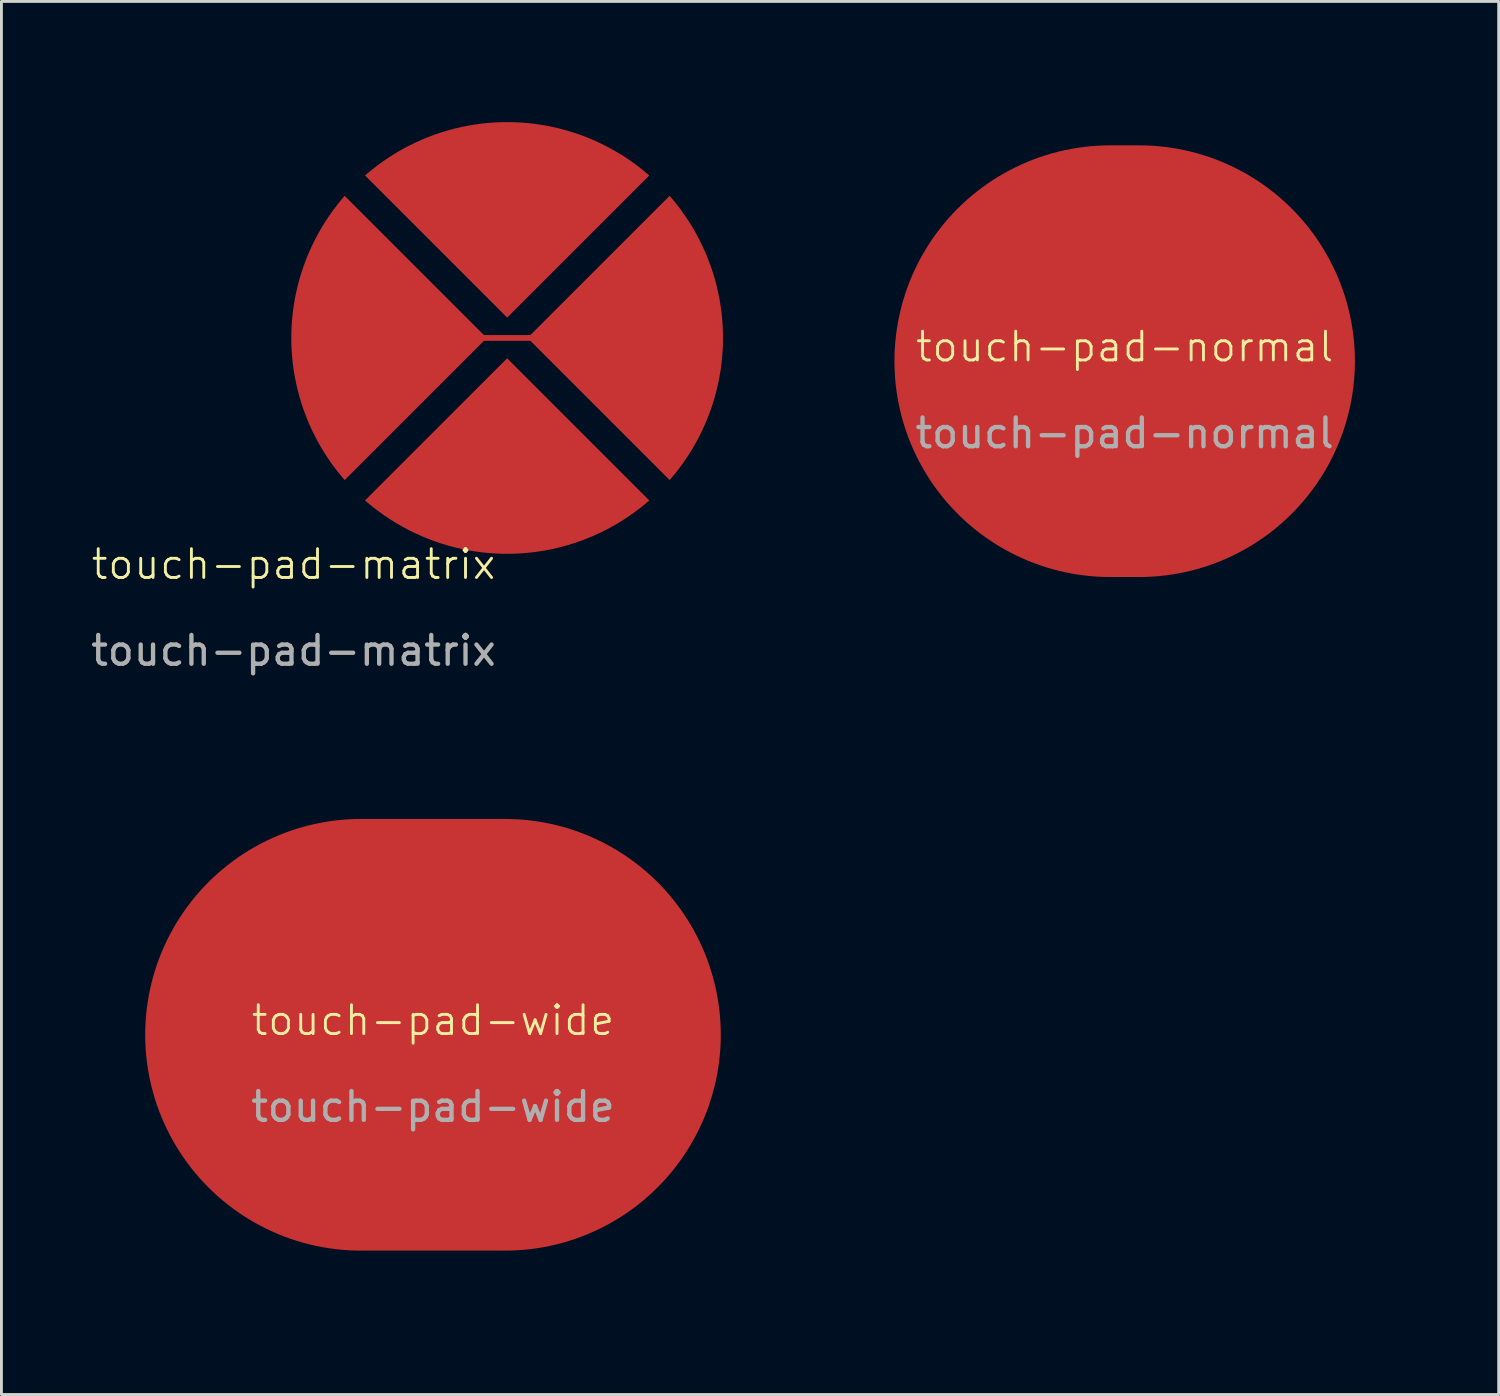
<source format=kicad_pcb>
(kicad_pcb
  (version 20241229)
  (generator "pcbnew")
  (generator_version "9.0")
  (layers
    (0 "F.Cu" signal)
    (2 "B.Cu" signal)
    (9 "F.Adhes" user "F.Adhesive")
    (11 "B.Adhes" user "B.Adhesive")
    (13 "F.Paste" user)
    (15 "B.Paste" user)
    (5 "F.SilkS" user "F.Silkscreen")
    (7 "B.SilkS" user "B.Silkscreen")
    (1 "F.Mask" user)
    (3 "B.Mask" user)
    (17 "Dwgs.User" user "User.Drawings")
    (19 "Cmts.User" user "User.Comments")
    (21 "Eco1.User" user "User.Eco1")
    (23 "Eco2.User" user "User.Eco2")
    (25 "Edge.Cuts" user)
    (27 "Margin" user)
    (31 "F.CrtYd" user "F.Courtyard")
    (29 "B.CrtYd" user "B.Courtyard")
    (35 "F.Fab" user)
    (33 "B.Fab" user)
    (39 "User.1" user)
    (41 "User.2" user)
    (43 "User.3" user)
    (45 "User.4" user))
  (footprint "touch-pad-wide"
    (layer "F.Cu")
    (at 11.995 32.906)
    (property "Reference" "touch-pad-wide" (at 0 -0.5 0) (unlocked yes) (layer "F.SilkS") (effects (font (size 1 1) (thickness 0.1))))
    (attr smd)
    (fp_text user "${REFERENCE}" (at 0 2.5 0) (unlocked yes) (layer "F.Fab") (effects (font (size 1 1) (thickness 0.15))))
    (pad "1" smd oval (at 0 0) (size 20 15) (layers "F.Cu"))
    (zone (net_name "") (layers "F.Cu" "B.Cu") (hatch edge 0.5) (connect_pads) (min_thickness 0.25) (filled_areas_thickness no) (keepout (tracks allowed) (vias allowed) (pads allowed) (copperpour not_allowed) (footprints allowed)) (placement (enabled no)) (fill) (polygon (pts (xy 14.531 23.407) (xy 14.799 23.411) (xy 14.906 23.416) (xy 15.44 23.454) (xy 15.582 23.47) (xy 16.111 23.546) (xy 16.252 23.571) (xy 16.775 23.685) (xy 16.913 23.72) (xy 17.427 23.871) (xy 17.563 23.916) (xy 18.064 24.103) (xy 18.196 24.158) (xy 18.683 24.38) (xy 18.811 24.444) (xy 19.281 24.701) (xy 19.404 24.774) (xy 19.854 25.063) (xy 19.971 25.145) (xy 20.4 25.465) (xy 20.511 25.555) (xy 20.916 25.906) (xy 21.02 26.003) (xy 21.399 26.381) (xy 21.496 26.486) (xy 21.847 26.891) (xy 21.936 27.002) (xy 22.257 27.43) (xy 22.338 27.548) (xy 22.628 27.998) (xy 22.701 28.121) (xy 22.957 28.591) (xy 23.021 28.718) (xy 23.244 29.205) (xy 23.298 29.337) (xy 23.485 29.839) (xy 23.53 29.974) (xy 23.681 30.488) (xy 23.717 30.626) (xy 23.83 31.149) (xy 23.856 31.29) (xy 23.932 31.82) (xy 23.947 31.962) (xy 23.985 32.496) (xy 23.99 32.639) (xy 23.99 33.174) (xy 23.985 33.317) (xy 23.947 33.851) (xy 23.932 33.993) (xy 23.856 34.523) (xy 23.83 34.663) (xy 23.717 35.186) (xy 23.681 35.325) (xy 23.53 35.838) (xy 23.485 35.974) (xy 23.298 36.475) (xy 23.244 36.607) (xy 23.021 37.094) (xy 22.957 37.222) (xy 22.701 37.692) (xy 22.628 37.815) (xy 22.338 38.265) (xy 22.257 38.382) (xy 21.936 38.811) (xy 21.847 38.922) (xy 21.496 39.327) (xy 21.399 39.431) (xy 21.02 39.81) (xy 20.916 39.907) (xy 20.511 40.258) (xy 20.4 40.347) (xy 19.971 40.668) (xy 19.854 40.749) (xy 19.404 41.039) (xy 19.281 41.112) (xy 18.811 41.368) (xy 18.683 41.432) (xy 18.196 41.655) (xy 18.064 41.709) (xy 17.563 41.896) (xy 17.427 41.941) (xy 16.913 42.092) (xy 16.775 42.128) (xy 16.252 42.241) (xy 16.111 42.267) (xy 15.582 42.343) (xy 15.44 42.358) (xy 14.906 42.396) (xy 14.765 42.401) (xy 9.497 42.406) (xy 9.46 42.406) (xy 9.192 42.401) (xy 9.085 42.396) (xy 8.551 42.358) (xy 8.409 42.343) (xy 7.879 42.267) (xy 7.738 42.241) (xy 7.215 42.128) (xy 7.077 42.092) (xy 6.563 41.941) (xy 6.428 41.896) (xy 5.926 41.709) (xy 5.794 41.655) (xy 5.307 41.432) (xy 5.18 41.368) (xy 4.71 41.112) (xy 4.587 41.039) (xy 4.137 40.749) (xy 4.019 40.668) (xy 3.591 40.347) (xy 3.479 40.258) (xy 3.075 39.907) (xy 2.97 39.81) (xy 2.592 39.431) (xy 2.495 39.327) (xy 2.144 38.922) (xy 2.054 38.811) (xy 1.733 38.382) (xy 1.652 38.265) (xy 1.363 37.815) (xy 1.29 37.692) (xy 1.033 37.222) (xy 0.969 37.094) (xy 0.747 36.607) (xy 0.692 36.475) (xy 0.505 35.974) (xy 0.46 35.838) (xy 0.309 35.325) (xy 0.274 35.186) (xy 0.16 34.663) (xy 0.135 34.523) (xy 0.059 33.993) (xy 0.043 33.851) (xy 0.005 33.317) (xy 0 33.174) (xy 0 32.639) (xy 0.005 32.496) (xy 0.043 31.962) (xy 0.059 31.82) (xy 0.135 31.29) (xy 0.16 31.149) (xy 0.274 30.626) (xy 0.309 30.488) (xy 0.46 29.974) (xy 0.505 29.839) (xy 0.692 29.337) (xy 0.747 29.205) (xy 0.969 28.718) (xy 1.033 28.591) (xy 1.29 28.121) (xy 1.363 27.998) (xy 1.652 27.548) (xy 1.733 27.43) (xy 2.054 27.002) (xy 2.144 26.891) (xy 2.495 26.486) (xy 2.592 26.381) (xy 2.97 26.003) (xy 3.075 25.906) (xy 3.479 25.555) (xy 3.591 25.465) (xy 4.019 25.145) (xy 4.137 25.063) (xy 4.587 24.774) (xy 4.71 24.701) (xy 5.18 24.444) (xy 5.307 24.38) (xy 5.794 24.158) (xy 5.926 24.103) (xy 6.428 23.916) (xy 6.563 23.871) (xy 7.077 23.72) (xy 7.215 23.685) (xy 7.738 23.571) (xy 7.879 23.546) (xy 8.409 23.47) (xy 8.551 23.454) (xy 9.085 23.416) (xy 9.226 23.411) (xy 14.493 23.406)))))
  (footprint "touch-pad-matrix"
    (layer "F.Cu")
    (at 14.515 8.636)
    (property "Reference" "touch-pad-matrix" (at -7.366 7.922 0) (unlocked yes) (layer "F.SilkS") (effects (font (size 1 1) (thickness 0.1))))
    (attr smd)
    (fp_text user "${REFERENCE}" (at -7.366 10.922 0) (unlocked yes) (layer "F.Fab") (effects (font (size 1 1) (thickness 0.15))))
    (pad "1" smd custom (at 5.08 0) (size 1.524 1.524) (layers "F.Cu") (options (anchor circle)) (primitives (gr_poly (pts (xy -1.143 -0.381) (xy -1.127 -0.49) (xy -1.072 -0.602) (xy -0.983 -0.691) (xy -0.871 -0.746) (xy -0.762 -0.762) (xy 0.762 -0.762) (xy 0.871 -0.746) (xy 0.983 -0.691) (xy 1.072 -0.602) (xy 1.127 -0.49) (xy 1.143 -0.381) (xy 1.143 0.381) (xy 1.127 0.49) (xy 1.072 0.602) (xy 0.983 0.691) (xy 0.871 0.746) (xy 0.762 0.762) (xy -0.762 0.762) (xy -0.871 0.746) (xy -0.983 0.691) (xy -1.072 0.602) (xy -1.127 0.49) (xy -1.143 0.381)) (width 0) (fill yes)) (gr_poly (pts (arc (start 0.622108 4.995001) (mid 2.477054 0.057053) (end 0.62211 -4.880895)) (xy -4.316 0.057)) (width 0) (fill yes)) (gr_line (start -6.096 0.057) (end -3.81 0.057) (width 0.2)) (gr_poly (pts (arc (start -10.668 -4.880893) (mid -12.522946 0.057054) (end -10.668001 4.995002)) (xy -5.73 0.057)) (width 0) (fill yes))))
    (pad "2" smd custom (at 0 -4.826) (size 1.524 1.524) (layers "F.Cu") (options (anchor circle)) (primitives (gr_poly (pts (xy -1.143 -0.381) (xy -1.127 -0.49) (xy -1.072 -0.602) (xy -0.983 -0.691) (xy -0.871 -0.746) (xy -0.762 -0.762) (xy 0.762 -0.762) (xy 0.871 -0.746) (xy 0.983 -0.691) (xy 1.072 -0.602) (xy 1.127 -0.49) (xy 1.143 -0.381) (xy 1.143 0.381) (xy 1.127 0.49) (xy 1.072 0.602) (xy 0.983 0.691) (xy 0.871 0.746) (xy 0.762 0.762) (xy -0.762 0.762) (xy -0.871 0.746) (xy -0.983 0.691) (xy -1.072 0.602) (xy -1.127 0.49) (xy -1.143 0.381)) (width 0) (fill yes)) (gr_poly (pts (arc (start -4.880892 -0.761999) (mid 0.057054 -2.616946) (end 4.995001 -0.762)) (xy 0.057 4.176)) (width 0) (fill yes))))
    (pad "2" smd custom (at 0 4.826) (size 1.524 1.524) (layers "F.Cu") (options (anchor circle)) (primitives (gr_poly (pts (xy -1.143 -0.381) (xy -1.127 -0.49) (xy -1.072 -0.602) (xy -0.983 -0.691) (xy -0.871 -0.746) (xy -0.762 -0.762) (xy 0.762 -0.762) (xy 0.871 -0.746) (xy 0.983 -0.691) (xy 1.072 -0.602) (xy 1.127 -0.49) (xy 1.143 -0.381) (xy 1.143 0.381) (xy 1.127 0.49) (xy 1.072 0.602) (xy 0.983 0.691) (xy 0.871 0.746) (xy 0.762 0.762) (xy -0.762 0.762) (xy -0.871 0.746) (xy -0.983 0.691) (xy -1.072 0.602) (xy -1.127 0.49) (xy -1.143 0.381)) (width 0) (fill yes)) (gr_poly (pts (arc (start -4.880893 0.876108) (mid 0.057054 2.731054) (end 4.995002 0.876109)) (xy 0.057 -4.062)) (width 0) (fill yes))))
    (zone (net_name "") (layer "In1.Cu") (hatch edge 0.5) (connect_pads) (min_thickness 0.25) (filled_areas_thickness no) (keepout (tracks allowed) (vias allowed) (pads allowed) (copperpour not_allowed) (footprints allowed)) (placement (enabled no)) (fill) (polygon (pts (xy 22.897 6.858) (xy 23.034 8.636) (xy 22.897 10.414) (xy 22.135 12.7) (xy 21.119 13.97) (xy 19.849 15.24) (xy 18.325 16.256) (xy 16.293 17.018) (xy 14.515 17.155) (xy 12.737 17.018) (xy 10.959 16.256) (xy 9.181 15.24) (xy 8.165 14.224) (xy 6.895 12.7) (xy 6.133 10.668) (xy 5.995 8.636) (xy 6.133 6.604) (xy 6.895 4.826) (xy 8.673 2.032) (xy 10.197 1.016) (xy 11.721 0.508) (xy 13.753 0) (xy 16.039 0.254) (xy 18.071 0.762) (xy 19.849 2.032) (xy 21.373 3.556) (xy 22.135 4.826)))))
  (footprint "touch-pad-normal"
    (layer "F.Cu")
    (at 36.029 9.5)
    (property "Reference" "touch-pad-normal" (at 0 -0.5 0) (unlocked yes) (layer "F.SilkS") (effects (font (size 1 1) (thickness 0.1))))
    (attr smd)
    (fp_text user "${REFERENCE}" (at 0 2.5 0) (unlocked yes) (layer "F.Fab") (effects (font (size 1 1) (thickness 0.15))))
    (pad "1" smd oval (at 0 0) (size 16 15) (layers "F.Cu"))
    (zone (net_name "") (layers "F.Cu" "B.Cu") (hatch edge 0.5) (connect_pads) (min_thickness 0.25) (filled_areas_thickness no) (keepout (tracks allowed) (vias allowed) (pads allowed) (copperpour not_allowed) (footprints allowed)) (placement (enabled no)) (fill) (polygon (pts (xy 36.565 0.000305) (xy 36.833 0.005) (xy 36.94 0.01) (xy 37.474 0.048) (xy 37.616 0.063) (xy 38.146 0.14) (xy 38.286 0.165) (xy 38.809 0.279) (xy 38.948 0.314) (xy 39.461 0.465) (xy 39.597 0.51) (xy 40.099 0.697) (xy 40.23 0.752) (xy 40.717 0.974) (xy 40.845 1.038) (xy 41.315 1.295) (xy 41.438 1.367) (xy 41.888 1.657) (xy 42.005 1.738) (xy 42.434 2.059) (xy 42.545 2.149) (xy 42.95 2.499) (xy 43.054 2.597) (xy 43.433 2.975) (xy 43.53 3.08) (xy 43.881 3.484) (xy 43.97 3.595) (xy 44.291 4.024) (xy 44.373 4.141) (xy 44.662 4.592) (xy 44.735 4.714) (xy 44.991 5.184) (xy 45.055 5.312) (xy 45.278 5.799) (xy 45.332 5.931) (xy 45.52 6.433) (xy 45.565 6.568) (xy 45.715 7.082) (xy 45.751 7.22) (xy 45.865 7.743) (xy 45.89 7.884) (xy 45.966 8.414) (xy 45.981 8.556) (xy 46.02 9.09) (xy 46.025 9.232) (xy 46.025 9.768) (xy 46.02 9.91) (xy 45.981 10.444) (xy 45.966 10.586) (xy 45.89 11.116) (xy 45.865 11.257) (xy 45.751 11.78) (xy 45.715 11.918) (xy 45.565 12.432) (xy 45.52 12.567) (xy 45.332 13.069) (xy 45.278 13.201) (xy 45.055 13.688) (xy 44.991 13.816) (xy 44.735 14.286) (xy 44.662 14.408) (xy 44.373 14.859) (xy 44.291 14.976) (xy 43.97 15.405) (xy 43.881 15.516) (xy 43.53 15.92) (xy 43.433 16.025) (xy 43.054 16.403) (xy 42.95 16.501) (xy 42.545 16.851) (xy 42.434 16.941) (xy 42.005 17.262) (xy 41.888 17.343) (xy 41.438 17.633) (xy 41.315 17.705) (xy 40.845 17.962) (xy 40.717 18.026) (xy 40.23 18.248) (xy 40.099 18.303) (xy 39.597 18.49) (xy 39.461 18.535) (xy 38.948 18.686) (xy 38.809 18.721) (xy 38.286 18.835) (xy 38.146 18.86) (xy 37.616 18.937) (xy 37.474 18.952) (xy 36.94 18.99) (xy 36.805 18.995) (xy 35.537 19) (xy 35.494 19) (xy 35.226 18.995) (xy 35.119 18.99) (xy 34.585 18.952) (xy 34.443 18.937) (xy 33.913 18.86) (xy 33.773 18.835) (xy 33.25 18.721) (xy 33.111 18.686) (xy 32.597 18.535) (xy 32.462 18.49) (xy 31.96 18.303) (xy 31.828 18.248) (xy 31.341 18.026) (xy 31.214 17.962) (xy 30.744 17.705) (xy 30.621 17.633) (xy 30.171 17.343) (xy 30.053 17.262) (xy 29.625 16.941) (xy 29.514 16.851) (xy 29.109 16.501) (xy 29.005 16.403) (xy 28.626 16.025) (xy 28.529 15.92) (xy 28.178 15.516) (xy 28.089 15.405) (xy 27.768 14.976) (xy 27.686 14.859) (xy 27.397 14.408) (xy 27.324 14.286) (xy 27.067 13.816) (xy 27.003 13.688) (xy 26.781 13.201) (xy 26.726 13.069) (xy 26.539 12.567) (xy 26.494 12.432) (xy 26.343 11.918) (xy 26.308 11.78) (xy 26.194 11.257) (xy 26.169 11.116) (xy 26.093 10.586) (xy 26.078 10.444) (xy 26.039 9.91) (xy 26.034 9.768) (xy 26.034 9.232) (xy 26.039 9.09) (xy 26.078 8.556) (xy 26.093 8.414) (xy 26.169 7.884) (xy 26.194 7.743) (xy 26.308 7.22) (xy 26.343 7.082) (xy 26.494 6.568) (xy 26.539 6.433) (xy 26.726 5.931) (xy 26.781 5.799) (xy 27.003 5.312) (xy 27.067 5.184) (xy 27.324 4.714) (xy 27.397 4.592) (xy 27.686 4.141) (xy 27.768 4.024) (xy 28.089 3.595) (xy 28.178 3.484) (xy 28.529 3.08) (xy 28.626 2.975) (xy 29.005 2.597) (xy 29.109 2.499) (xy 29.514 2.149) (xy 29.625 2.059) (xy 30.053 1.738) (xy 30.171 1.657) (xy 30.621 1.367) (xy 30.744 1.295) (xy 31.214 1.038) (xy 31.341 0.974) (xy 31.828 0.752) (xy 31.96 0.697) (xy 32.462 0.51) (xy 32.597 0.465) (xy 33.111 0.314) (xy 33.25 0.279) (xy 33.773 0.165) (xy 33.913 0.14) (xy 34.443 0.063) (xy 34.585 0.048) (xy 35.119 0.01) (xy 35.254 0.005) (xy 36.522 0)))))
  (gr_rect
    (start -3 -3)
    (end 49.025 45.406)
    (stroke (width 0.1) (type default))
    (fill no)
    (layer "Edge.Cuts")))
</source>
